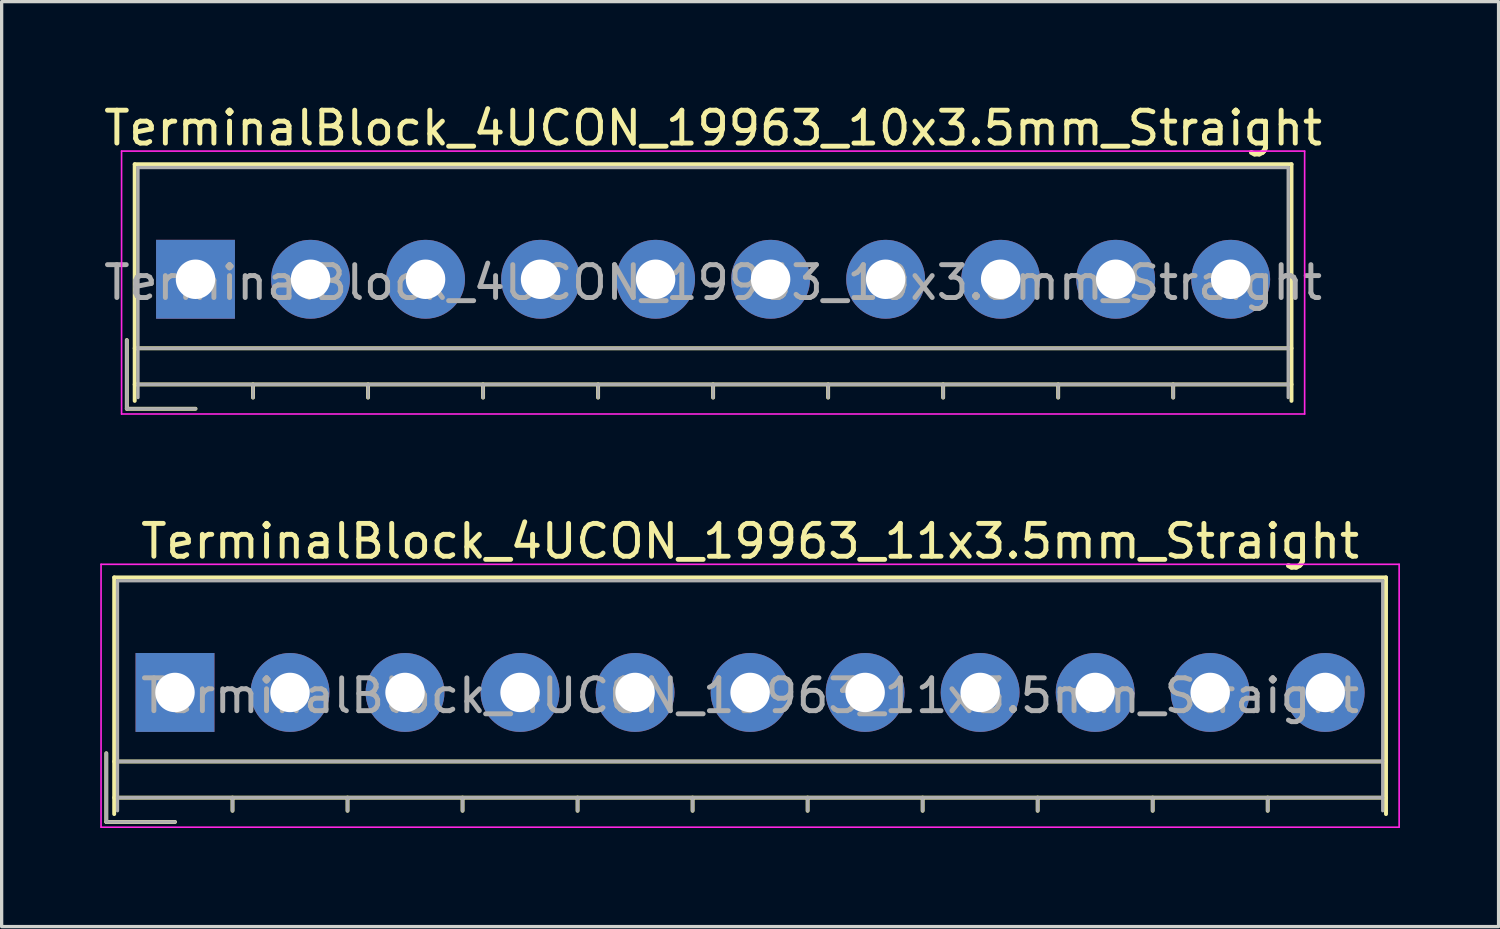
<source format=kicad_pcb>
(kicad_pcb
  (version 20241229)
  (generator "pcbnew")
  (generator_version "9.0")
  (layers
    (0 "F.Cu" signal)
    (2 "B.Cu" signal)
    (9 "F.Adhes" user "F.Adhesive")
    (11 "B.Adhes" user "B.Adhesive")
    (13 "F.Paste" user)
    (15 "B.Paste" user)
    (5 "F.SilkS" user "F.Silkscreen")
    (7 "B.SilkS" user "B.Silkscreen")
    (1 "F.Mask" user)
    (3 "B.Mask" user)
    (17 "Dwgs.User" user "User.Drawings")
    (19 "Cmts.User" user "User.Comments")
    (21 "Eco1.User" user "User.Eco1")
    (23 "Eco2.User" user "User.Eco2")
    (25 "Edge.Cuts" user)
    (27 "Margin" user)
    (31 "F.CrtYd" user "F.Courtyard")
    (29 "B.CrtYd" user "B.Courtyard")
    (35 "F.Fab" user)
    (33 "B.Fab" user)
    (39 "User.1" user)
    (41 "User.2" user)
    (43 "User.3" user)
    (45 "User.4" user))
  (footprint "TerminalBlock_4UCON_19963_11x3.5mm_Straight"
    (layer "F.Cu")
    (at 2.275 18.021)
    (property "Reference" "TerminalBlock_4UCON_19963_11x3.5mm_Straight" (at 17.5 -4.6 0) (layer "F.SilkS") (effects (font (size 1 1) (thickness 0.15))))
    (attr through_hole)
    (fp_line (start -2.09 1.85) (end -2.09 3.94) (stroke (width 0.12) (type solid)) (layer "F.SilkS"))
    (fp_line (start -2.09 3.94) (end 0 3.94) (stroke (width 0.12) (type solid)) (layer "F.SilkS"))
    (fp_line (start -1.85 -3.5) (end 36.85 -3.5) (stroke (width 0.12) (type solid)) (layer "F.SilkS"))
    (fp_line (start -1.85 2.1) (end 36.85 2.1) (stroke (width 0.12) (type solid)) (layer "F.SilkS"))
    (fp_line (start -1.85 3.2) (end 36.85 3.2) (stroke (width 0.12) (type solid)) (layer "F.SilkS"))
    (fp_line (start -1.85 3.7) (end -1.85 -3.5) (stroke (width 0.12) (type solid)) (layer "F.SilkS"))
    (fp_line (start 1.75 3.2) (end 1.75 3.6) (stroke (width 0.12) (type solid)) (layer "F.SilkS"))
    (fp_line (start 5.25 3.2) (end 5.25 3.6) (stroke (width 0.12) (type solid)) (layer "F.SilkS"))
    (fp_line (start 8.75 3.2) (end 8.75 3.6) (stroke (width 0.12) (type solid)) (layer "F.SilkS"))
    (fp_line (start 12.25 3.2) (end 12.25 3.6) (stroke (width 0.12) (type solid)) (layer "F.SilkS"))
    (fp_line (start 15.75 3.2) (end 15.75 3.6) (stroke (width 0.12) (type solid)) (layer "F.SilkS"))
    (fp_line (start 19.25 3.2) (end 19.25 3.6) (stroke (width 0.12) (type solid)) (layer "F.SilkS"))
    (fp_line (start 22.75 3.2) (end 22.75 3.6) (stroke (width 0.12) (type solid)) (layer "F.SilkS"))
    (fp_line (start 26.25 3.2) (end 26.25 3.6) (stroke (width 0.12) (type solid)) (layer "F.SilkS"))
    (fp_line (start 29.75 3.2) (end 29.75 3.6) (stroke (width 0.12) (type solid)) (layer "F.SilkS"))
    (fp_line (start 33.25 3.2) (end 33.25 3.6) (stroke (width 0.12) (type solid)) (layer "F.SilkS"))
    (fp_line (start 36.85 -3.5) (end 36.85 3.7) (stroke (width 0.12) (type solid)) (layer "F.SilkS"))
    (fp_line (start -2.25 -3.9) (end -2.25 4.1) (stroke (width 0.05) (type solid)) (layer "F.CrtYd"))
    (fp_line (start -2.25 4.1) (end 37.25 4.1) (stroke (width 0.05) (type solid)) (layer "F.CrtYd"))
    (fp_line (start 37.25 -3.9) (end -2.25 -3.9) (stroke (width 0.05) (type solid)) (layer "F.CrtYd"))
    (fp_line (start 37.25 4.1) (end 37.25 -3.9) (stroke (width 0.05) (type solid)) (layer "F.CrtYd"))
    (fp_line (start -2.09 1.85) (end -2.09 3.94) (stroke (width 0.1) (type solid)) (layer "F.Fab"))
    (fp_line (start -2.09 3.94) (end 0 3.94) (stroke (width 0.1) (type solid)) (layer "F.Fab"))
    (fp_line (start -1.75 -3.4) (end 36.75 -3.4) (stroke (width 0.1) (type solid)) (layer "F.Fab"))
    (fp_line (start -1.75 2.1) (end 36.75 2.1) (stroke (width 0.1) (type solid)) (layer "F.Fab"))
    (fp_line (start -1.75 3.2) (end 36.75 3.2) (stroke (width 0.1) (type solid)) (layer "F.Fab"))
    (fp_line (start -1.75 3.6) (end -1.75 -3.4) (stroke (width 0.1) (type solid)) (layer "F.Fab"))
    (fp_line (start 1.75 3.2) (end 1.75 3.6) (stroke (width 0.1) (type solid)) (layer "F.Fab"))
    (fp_line (start 5.25 3.2) (end 5.25 3.6) (stroke (width 0.1) (type solid)) (layer "F.Fab"))
    (fp_line (start 8.75 3.2) (end 8.75 3.6) (stroke (width 0.1) (type solid)) (layer "F.Fab"))
    (fp_line (start 12.25 3.2) (end 12.25 3.6) (stroke (width 0.1) (type solid)) (layer "F.Fab"))
    (fp_line (start 15.75 3.2) (end 15.75 3.6) (stroke (width 0.1) (type solid)) (layer "F.Fab"))
    (fp_line (start 19.25 3.2) (end 19.25 3.6) (stroke (width 0.1) (type solid)) (layer "F.Fab"))
    (fp_line (start 22.75 3.2) (end 22.75 3.6) (stroke (width 0.1) (type solid)) (layer "F.Fab"))
    (fp_line (start 26.25 3.2) (end 26.25 3.6) (stroke (width 0.1) (type solid)) (layer "F.Fab"))
    (fp_line (start 29.75 3.2) (end 29.75 3.6) (stroke (width 0.1) (type solid)) (layer "F.Fab"))
    (fp_line (start 33.25 3.2) (end 33.25 3.6) (stroke (width 0.1) (type solid)) (layer "F.Fab"))
    (fp_line (start 36.75 -3.4) (end 36.75 3.6) (stroke (width 0.1) (type solid)) (layer "F.Fab"))
    (fp_text user "${REFERENCE}" (at 17.5 0.1 0) (layer "F.Fab") (effects (font (size 1 1) (thickness 0.15))))
    (pad "1" thru_hole rect (at 0 0) (size 2.4 2.4) (drill 1.2) (layers "*.Cu" "*.Mask"))
    (pad "2" thru_hole circle (at 3.5 0) (size 2.4 2.4) (drill 1.2) (layers "*.Cu" "*.Mask"))
    (pad "3" thru_hole circle (at 7 0) (size 2.4 2.4) (drill 1.2) (layers "*.Cu" "*.Mask"))
    (pad "4" thru_hole circle (at 10.5 0) (size 2.4 2.4) (drill 1.2) (layers "*.Cu" "*.Mask"))
    (pad "5" thru_hole circle (at 14 0) (size 2.4 2.4) (drill 1.2) (layers "*.Cu" "*.Mask"))
    (pad "6" thru_hole circle (at 17.5 0) (size 2.4 2.4) (drill 1.2) (layers "*.Cu" "*.Mask"))
    (pad "7" thru_hole circle (at 21 0) (size 2.4 2.4) (drill 1.2) (layers "*.Cu" "*.Mask"))
    (pad "8" thru_hole circle (at 24.5 0) (size 2.4 2.4) (drill 1.2) (layers "*.Cu" "*.Mask"))
    (pad "9" thru_hole circle (at 28 0) (size 2.4 2.4) (drill 1.2) (layers "*.Cu" "*.Mask"))
    (pad "10" thru_hole circle (at 31.5 0) (size 2.4 2.4) (drill 1.2) (layers "*.Cu" "*.Mask"))
    (pad "11" thru_hole circle (at 35 0) (size 2.4 2.4) (drill 1.2) (layers "*.Cu" "*.Mask")))
  (footprint "TerminalBlock_4UCON_19963_10x3.5mm_Straight"
    (layer "F.Cu")
    (at 2.899 5.448)
    (property "Reference" "TerminalBlock_4UCON_19963_10x3.5mm_Straight" (at 15.75 -4.6 0) (layer "F.SilkS") (effects (font (size 1 1) (thickness 0.15))))
    (attr through_hole)
    (fp_line (start -2.09 1.85) (end -2.09 3.94) (stroke (width 0.12) (type solid)) (layer "F.SilkS"))
    (fp_line (start -2.09 3.94) (end 0 3.94) (stroke (width 0.12) (type solid)) (layer "F.SilkS"))
    (fp_line (start -1.85 -3.5) (end 33.35 -3.5) (stroke (width 0.12) (type solid)) (layer "F.SilkS"))
    (fp_line (start -1.85 2.1) (end 33.35 2.1) (stroke (width 0.12) (type solid)) (layer "F.SilkS"))
    (fp_line (start -1.85 3.2) (end 33.35 3.2) (stroke (width 0.12) (type solid)) (layer "F.SilkS"))
    (fp_line (start -1.85 3.7) (end -1.85 -3.5) (stroke (width 0.12) (type solid)) (layer "F.SilkS"))
    (fp_line (start 1.75 3.2) (end 1.75 3.6) (stroke (width 0.12) (type solid)) (layer "F.SilkS"))
    (fp_line (start 5.25 3.2) (end 5.25 3.6) (stroke (width 0.12) (type solid)) (layer "F.SilkS"))
    (fp_line (start 8.75 3.2) (end 8.75 3.6) (stroke (width 0.12) (type solid)) (layer "F.SilkS"))
    (fp_line (start 12.25 3.2) (end 12.25 3.6) (stroke (width 0.12) (type solid)) (layer "F.SilkS"))
    (fp_line (start 15.75 3.2) (end 15.75 3.6) (stroke (width 0.12) (type solid)) (layer "F.SilkS"))
    (fp_line (start 19.25 3.2) (end 19.25 3.6) (stroke (width 0.12) (type solid)) (layer "F.SilkS"))
    (fp_line (start 22.75 3.2) (end 22.75 3.6) (stroke (width 0.12) (type solid)) (layer "F.SilkS"))
    (fp_line (start 26.25 3.2) (end 26.25 3.6) (stroke (width 0.12) (type solid)) (layer "F.SilkS"))
    (fp_line (start 29.75 3.2) (end 29.75 3.6) (stroke (width 0.12) (type solid)) (layer "F.SilkS"))
    (fp_line (start 33.35 -3.5) (end 33.35 3.7) (stroke (width 0.12) (type solid)) (layer "F.SilkS"))
    (fp_line (start -2.25 -3.9) (end -2.25 4.1) (stroke (width 0.05) (type solid)) (layer "F.CrtYd"))
    (fp_line (start -2.25 4.1) (end 33.75 4.1) (stroke (width 0.05) (type solid)) (layer "F.CrtYd"))
    (fp_line (start 33.75 -3.9) (end -2.25 -3.9) (stroke (width 0.05) (type solid)) (layer "F.CrtYd"))
    (fp_line (start 33.75 4.1) (end 33.75 -3.9) (stroke (width 0.05) (type solid)) (layer "F.CrtYd"))
    (fp_line (start -2.09 1.85) (end -2.09 3.94) (stroke (width 0.1) (type solid)) (layer "F.Fab"))
    (fp_line (start -2.09 3.94) (end 0 3.94) (stroke (width 0.1) (type solid)) (layer "F.Fab"))
    (fp_line (start -1.75 -3.4) (end 33.25 -3.4) (stroke (width 0.1) (type solid)) (layer "F.Fab"))
    (fp_line (start -1.75 2.1) (end 33.25 2.1) (stroke (width 0.1) (type solid)) (layer "F.Fab"))
    (fp_line (start -1.75 3.2) (end 33.25 3.2) (stroke (width 0.1) (type solid)) (layer "F.Fab"))
    (fp_line (start -1.75 3.6) (end -1.75 -3.4) (stroke (width 0.1) (type solid)) (layer "F.Fab"))
    (fp_line (start 1.75 3.2) (end 1.75 3.6) (stroke (width 0.1) (type solid)) (layer "F.Fab"))
    (fp_line (start 5.25 3.2) (end 5.25 3.6) (stroke (width 0.1) (type solid)) (layer "F.Fab"))
    (fp_line (start 8.75 3.2) (end 8.75 3.6) (stroke (width 0.1) (type solid)) (layer "F.Fab"))
    (fp_line (start 12.25 3.2) (end 12.25 3.6) (stroke (width 0.1) (type solid)) (layer "F.Fab"))
    (fp_line (start 15.75 3.2) (end 15.75 3.6) (stroke (width 0.1) (type solid)) (layer "F.Fab"))
    (fp_line (start 19.25 3.2) (end 19.25 3.6) (stroke (width 0.1) (type solid)) (layer "F.Fab"))
    (fp_line (start 22.75 3.2) (end 22.75 3.6) (stroke (width 0.1) (type solid)) (layer "F.Fab"))
    (fp_line (start 26.25 3.2) (end 26.25 3.6) (stroke (width 0.1) (type solid)) (layer "F.Fab"))
    (fp_line (start 29.75 3.2) (end 29.75 3.6) (stroke (width 0.1) (type solid)) (layer "F.Fab"))
    (fp_line (start 33.25 -3.4) (end 33.25 3.6) (stroke (width 0.1) (type solid)) (layer "F.Fab"))
    (fp_text user "${REFERENCE}" (at 15.75 0.1 0) (layer "F.Fab") (effects (font (size 1 1) (thickness 0.15))))
    (pad "1" thru_hole rect (at 0 0) (size 2.4 2.4) (drill 1.2) (layers "*.Cu" "*.Mask"))
    (pad "2" thru_hole circle (at 3.5 0) (size 2.4 2.4) (drill 1.2) (layers "*.Cu" "*.Mask"))
    (pad "3" thru_hole circle (at 7 0) (size 2.4 2.4) (drill 1.2) (layers "*.Cu" "*.Mask"))
    (pad "4" thru_hole circle (at 10.5 0) (size 2.4 2.4) (drill 1.2) (layers "*.Cu" "*.Mask"))
    (pad "5" thru_hole circle (at 14 0) (size 2.4 2.4) (drill 1.2) (layers "*.Cu" "*.Mask"))
    (pad "6" thru_hole circle (at 17.5 0) (size 2.4 2.4) (drill 1.2) (layers "*.Cu" "*.Mask"))
    (pad "7" thru_hole circle (at 21 0) (size 2.4 2.4) (drill 1.2) (layers "*.Cu" "*.Mask"))
    (pad "8" thru_hole circle (at 24.5 0) (size 2.4 2.4) (drill 1.2) (layers "*.Cu" "*.Mask"))
    (pad "9" thru_hole circle (at 28 0) (size 2.4 2.4) (drill 1.2) (layers "*.Cu" "*.Mask"))
    (pad "10" thru_hole circle (at 31.5 0) (size 2.4 2.4) (drill 1.2) (layers "*.Cu" "*.Mask")))
  (gr_rect
    (start -3 -3)
    (end 42.55 25.146)
    (stroke (width 0.1) (type default))
    (fill no)
    (layer "Edge.Cuts")))
</source>
